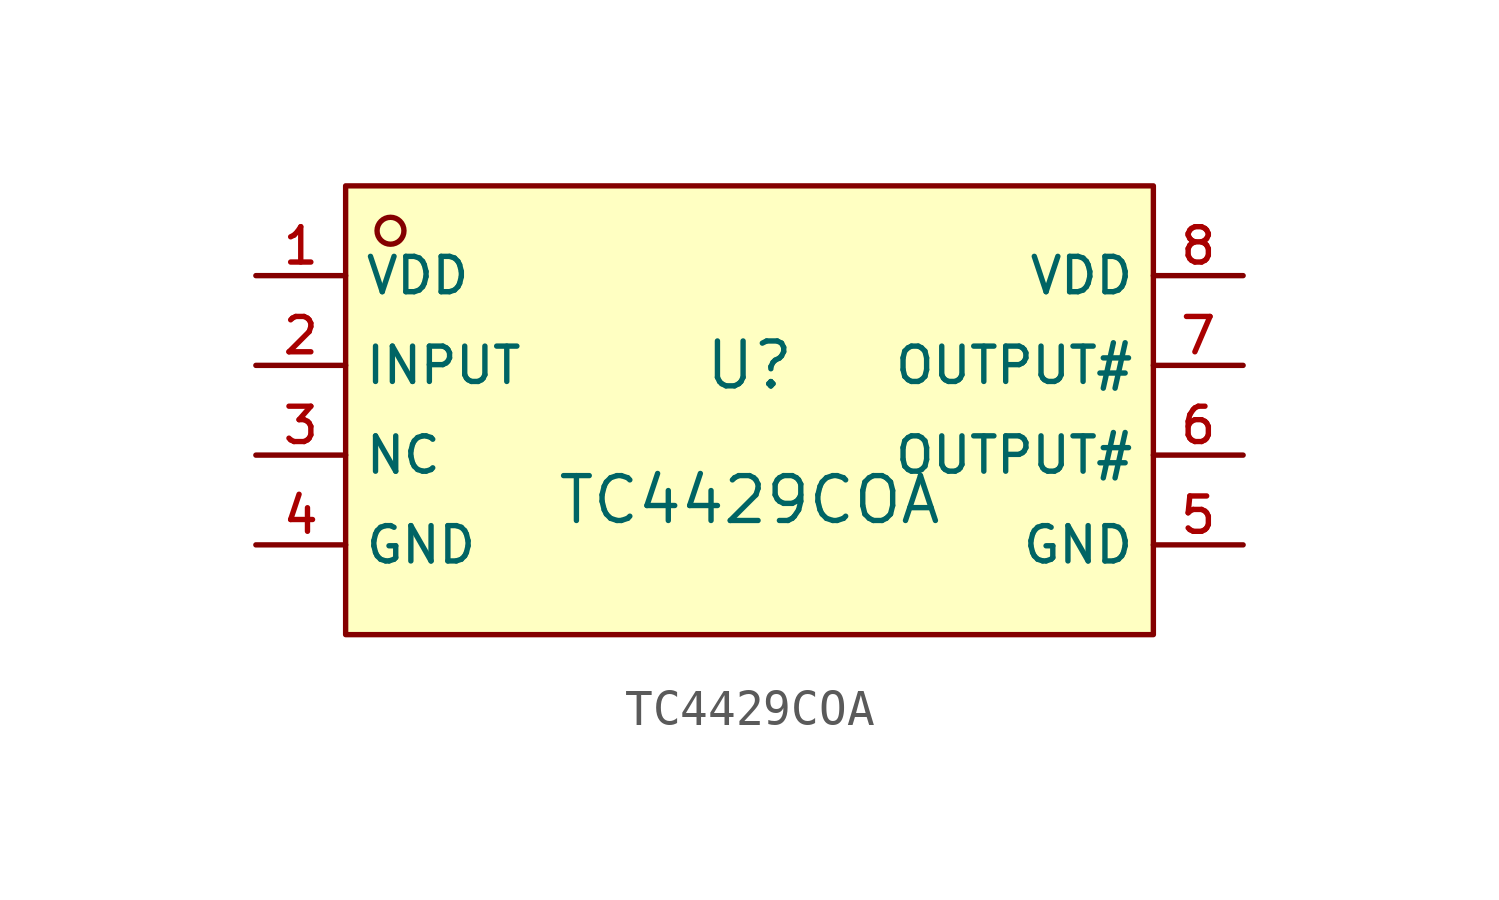
<source format=kicad_sym>
(kicad_symbol_lib
  (version 20210201)
  (generator TousstNicolas/JLC2KiCad_lib)
  (symbol "TC4429COA"
    (property "Reference" "U"
      (at 0 1.27 0)
      (effects (font (size 1.27 1.27))))
    (property "Value" "TC4429COA"
      (at 0 -2.54 0)
      (effects (font (size 1.27 1.27))))
    (symbol "TC4429COA_0_1"
      (rectangle (start -11.43 6.35) (end 11.43 -6.35) (stroke (width 0) (type default) (color 0 0 0 0)) (fill (type background)))
      (circle (center -10.16 5.08) (radius 0.381) (stroke (width 0) (type default) (color 0 0 0 0)) (fill (type background)))
      (pin unspecified line (at -13.97 3.81 0) (length 2.54) (name "VDD" (effects (font (size 1 1)))) (number "1" (effects (font (size 1 1)))))
      (pin unspecified line (at -13.97 1.27 0) (length 2.54) (name "INPUT" (effects (font (size 1 1)))) (number "2" (effects (font (size 1 1)))))
      (pin unspecified line (at -13.97 -1.27 0) (length 2.54) (name "NC" (effects (font (size 1 1)))) (number "3" (effects (font (size 1 1)))))
      (pin unspecified line (at -13.97 -3.81 0) (length 2.54) (name "GND" (effects (font (size 1 1)))) (number "4" (effects (font (size 1 1)))))
      (pin unspecified line (at 13.97 -3.81 180) (length 2.54) (name "GND" (effects (font (size 1 1)))) (number "5" (effects (font (size 1 1)))))
      (pin unspecified line (at 13.97 -1.27 180) (length 2.54) (name "OUTPUT#" (effects (font (size 1 1)))) (number "6" (effects (font (size 1 1)))))
      (pin unspecified line (at 13.97 1.27 180) (length 2.54) (name "OUTPUT#" (effects (font (size 1 1)))) (number "7" (effects (font (size 1 1)))))
      (pin unspecified line (at 13.97 3.81 180) (length 2.54) (name "VDD" (effects (font (size 1 1)))) (number "8" (effects (font (size 1 1))))))))
</source>
